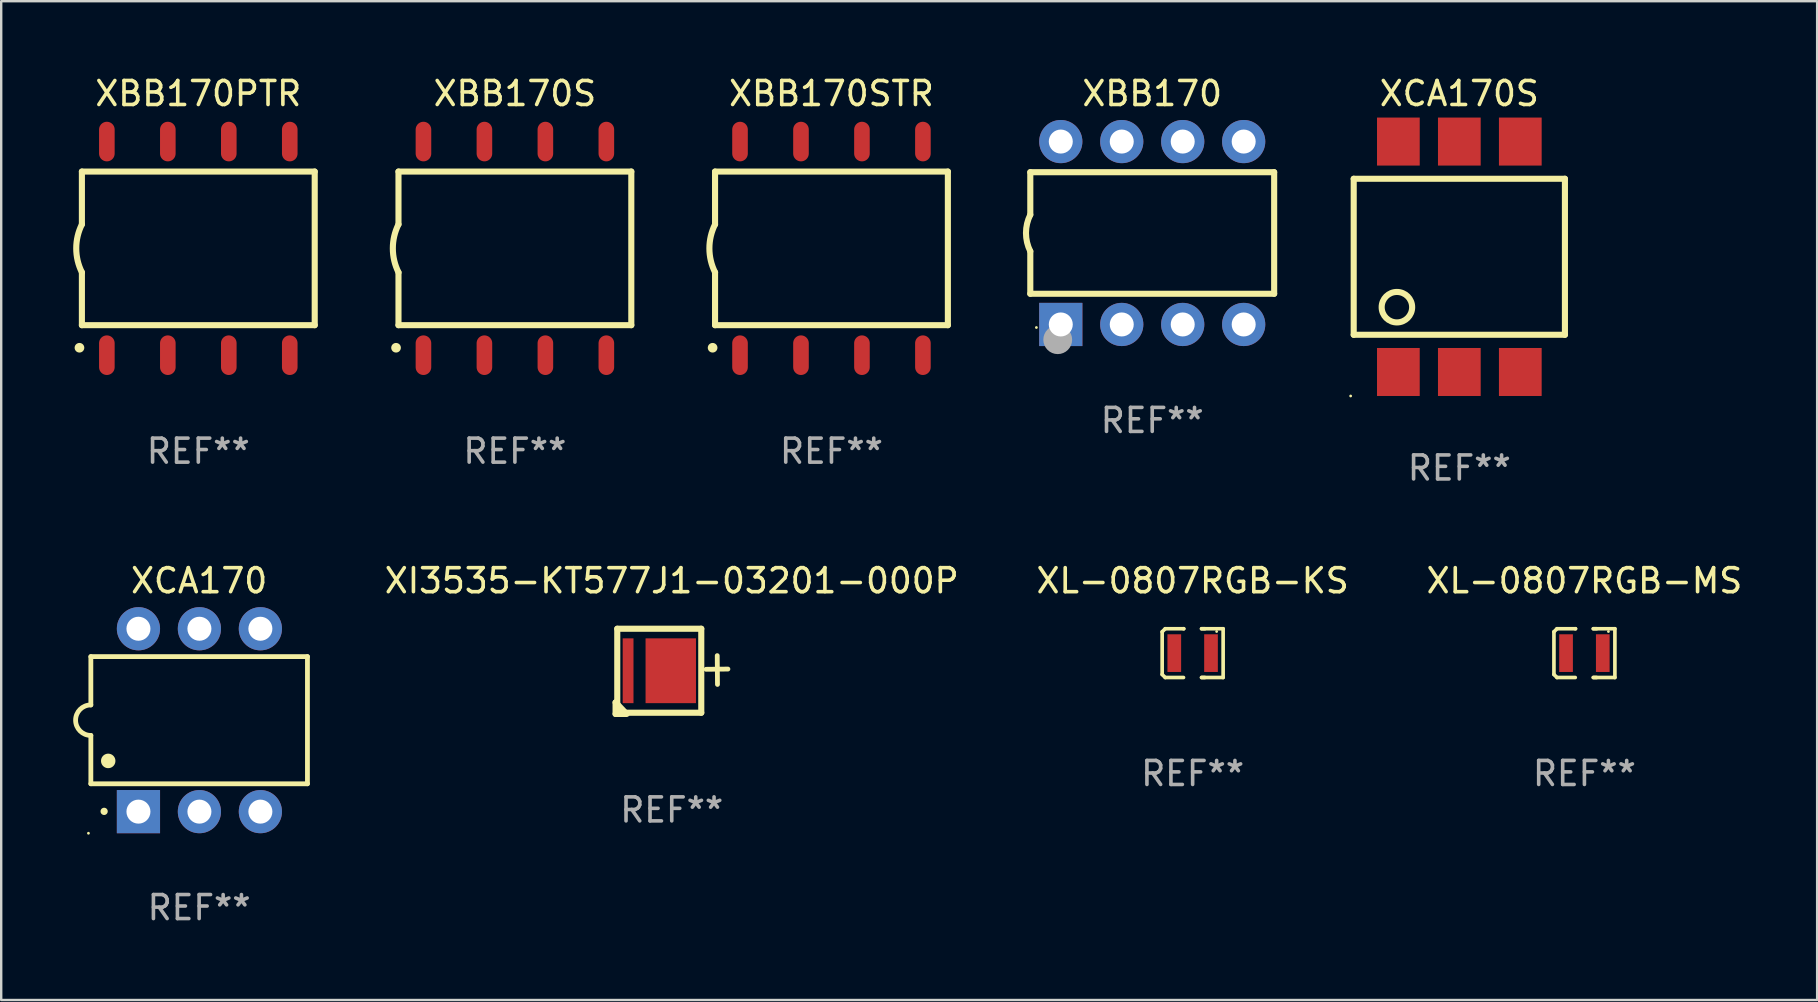
<source format=kicad_pcb>
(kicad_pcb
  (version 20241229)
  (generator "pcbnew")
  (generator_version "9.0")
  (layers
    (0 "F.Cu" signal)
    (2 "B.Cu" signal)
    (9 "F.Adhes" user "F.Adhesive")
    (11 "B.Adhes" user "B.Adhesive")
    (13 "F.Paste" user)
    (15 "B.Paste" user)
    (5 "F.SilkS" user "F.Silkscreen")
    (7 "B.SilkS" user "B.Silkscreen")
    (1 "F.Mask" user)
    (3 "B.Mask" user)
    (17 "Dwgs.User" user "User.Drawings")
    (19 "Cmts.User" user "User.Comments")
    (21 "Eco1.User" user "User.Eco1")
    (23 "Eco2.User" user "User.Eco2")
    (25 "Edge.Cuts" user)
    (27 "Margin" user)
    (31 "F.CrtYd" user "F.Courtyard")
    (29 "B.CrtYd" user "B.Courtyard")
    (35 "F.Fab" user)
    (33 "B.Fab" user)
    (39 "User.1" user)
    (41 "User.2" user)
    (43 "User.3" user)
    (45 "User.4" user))
  (footprint "XCA170"
    (layer "F.Cu")
    (at 5.247 26.955)
    (property "Reference" "XCA170" (at 0 -5.81 0) (layer "F.SilkS") (effects (font (size 1 1) (thickness 0.15))))
    (attr through_hole)
    (fp_line (start -4.512 -2.649) (end 4.512 -2.649) (stroke (width 0.2) (type solid)) (layer "F.SilkS"))
    (fp_line (start -4.512 -0.635) (end -4.512 -2.649) (stroke (width 0.2) (type solid)) (layer "F.SilkS"))
    (fp_line (start -4.512 2.649) (end -4.512 0.635) (stroke (width 0.2) (type solid)) (layer "F.SilkS"))
    (fp_line (start 4.512 -2.649) (end 4.512 2.649) (stroke (width 0.2) (type solid)) (layer "F.SilkS"))
    (fp_line (start 4.512 2.649) (end -4.512 2.649) (stroke (width 0.2) (type solid)) (layer "F.SilkS"))
    (fp_arc (start -4.512319 0.635001) (mid -5.14732 0) (end -4.512319 -0.635001) (stroke (width 0.2) (type solid)) (layer "F.SilkS"))
    (fp_arc (start -3.958598 3.799848) (mid -3.958603 3.798578) (end -3.958598 3.797308) (stroke (width 0.3) (type solid)) (layer "F.SilkS"))
    (fp_arc (start -3.788418 1.699263) (mid -3.788429 1.696723) (end -3.788418 1.694183) (stroke (width 0.6) (type solid)) (layer "F.SilkS"))
    (fp_circle (center -4.612 4.71) (end -4.582 4.71) (stroke (width 0.06) (type solid)) (fill no) (layer "F.SilkS"))
    (fp_text user "REF**" (at 0 7.81 0) (layer "F.Fab") (effects (font (size 1 1) (thickness 0.15))))
    (pad "1" thru_hole rect (at -2.529 3.81 90) (size 1.8 1.8) (drill 1) (layers "*.Cu" "*.Mask"))
    (pad "2" thru_hole circle (at 0.011 3.81) (size 1.8 1.8) (drill 1) (layers "*.Cu" "*.Mask"))
    (pad "3" thru_hole circle (at 2.551 3.81) (size 1.8 1.8) (drill 1) (layers "*.Cu" "*.Mask"))
    (pad "4" thru_hole circle (at 2.551 -3.81) (size 1.8 1.8) (drill 1) (layers "*.Cu" "*.Mask"))
    (pad "5" thru_hole circle (at 0.011 -3.81) (size 1.8 1.8) (drill 1) (layers "*.Cu" "*.Mask"))
    (pad "6" thru_hole circle (at -2.529 -3.81) (size 1.8 1.8) (drill 1) (layers "*.Cu" "*.Mask")))
  (footprint "XBB170"
    (layer "F.Cu")
    (at 44.955 6.658)
    (property "Reference" "XBB170" (at 0 -5.81 0) (layer "F.SilkS") (effects (font (size 1 1) (thickness 0.15))))
    (attr through_hole)
    (fp_line (start -5.08 -2.534) (end 5.08 -2.534) (stroke (width 0.254) (type solid)) (layer "F.SilkS"))
    (fp_line (start -5.08 -0.762) (end -5.08 -2.534) (stroke (width 0.254) (type solid)) (layer "F.SilkS"))
    (fp_line (start -5.08 2.531) (end -5.08 0.762) (stroke (width 0.254) (type solid)) (layer "F.SilkS"))
    (fp_line (start -5.08 2.531) (end 5.08 2.531) (stroke (width 0.254) (type solid)) (layer "F.SilkS"))
    (fp_line (start 5.08 2.531) (end 5.08 -2.534) (stroke (width 0.254) (type solid)) (layer "F.SilkS"))
    (fp_arc (start -5.08001 0.762001) (mid -5.259894 0) (end -5.08001 -0.762002) (stroke (width 0.254001) (type solid)) (layer "F.SilkS"))
    (fp_circle (center -4.826 3.937) (end -4.796 3.937) (stroke (width 0.06) (type solid)) (fill no) (layer "F.SilkS"))
    (fp_circle (center -3.937 4.445) (end -3.637 4.445) (stroke (width 0.6) (type solid)) (fill no) (layer "F.Fab"))
    (fp_text user "REF**" (at 0 7.81 0) (layer "F.Fab") (effects (font (size 1 1) (thickness 0.15))))
    (pad "1" thru_hole rect (at -3.81 3.81) (size 1.8 1.8) (drill 1) (layers "*.Cu" "*.Mask"))
    (pad "2" thru_hole circle (at -1.27 3.81) (size 1.8 1.8) (drill 1) (layers "*.Cu" "*.Mask"))
    (pad "3" thru_hole circle (at 1.27 3.81) (size 1.8 1.8) (drill 1) (layers "*.Cu" "*.Mask"))
    (pad "4" thru_hole circle (at 3.81 3.81) (size 1.8 1.8) (drill 1) (layers "*.Cu" "*.Mask"))
    (pad "5" thru_hole circle (at 3.81 -3.81) (size 1.8 1.8) (drill 1) (layers "*.Cu" "*.Mask"))
    (pad "6" thru_hole circle (at 1.27 -3.81) (size 1.8 1.8) (drill 1) (layers "*.Cu" "*.Mask"))
    (pad "7" thru_hole circle (at -1.27 -3.81) (size 1.8 1.8) (drill 1) (layers "*.Cu" "*.Mask"))
    (pad "8" thru_hole circle (at -3.81 -3.81) (size 1.8 1.8) (drill 1) (layers "*.Cu" "*.Mask")))
  (footprint "XBB170STR"
    (layer "F.Cu")
    (at 31.591 7.298)
    (property "Reference" "XBB170STR" (at 0 -6.45 0) (layer "F.SilkS") (effects (font (size 1 1) (thickness 0.15))))
    (attr through_hole)
    (fp_line (start -4.85 -3.2) (end -4.85 -1) (stroke (width 0.254) (type solid)) (layer "F.SilkS"))
    (fp_line (start -4.85 -3.2) (end 4.85 -3.2) (stroke (width 0.254) (type solid)) (layer "F.SilkS"))
    (fp_line (start -4.85 3.2) (end -4.85 1) (stroke (width 0.254) (type solid)) (layer "F.SilkS"))
    (fp_line (start 4.85 -3.2) (end 4.85 3.2) (stroke (width 0.254) (type solid)) (layer "F.SilkS"))
    (fp_line (start 4.85 3.2) (end -4.85 3.2) (stroke (width 0.254) (type solid)) (layer "F.SilkS"))
    (fp_arc (start -4.95301 4.140208) (mid -4.95174 4.140204) (end -4.95047 4.140208) (stroke (width 0.4) (type solid)) (layer "F.SilkS"))
    (fp_arc (start -4.84887 1.000762) (mid -5.085418 0.000516) (end -4.850013 -1) (stroke (width 0.254001) (type solid)) (layer "F.SilkS"))
    (fp_text user "REF**" (at 0 8.45 0) (layer "F.Fab") (effects (font (size 1 1) (thickness 0.15))))
    (pad "1" smd oval (at -3.81 4.45) (size 0.65 1.65) (layers "F.Cu" "F.Mask" "F.Paste"))
    (pad "2" smd oval (at -1.27 4.45) (size 0.65 1.65) (layers "F.Cu" "F.Mask" "F.Paste"))
    (pad "3" smd oval (at 1.27 4.45) (size 0.65 1.65) (layers "F.Cu" "F.Mask" "F.Paste"))
    (pad "4" smd oval (at 3.81 4.45) (size 0.65 1.65) (layers "F.Cu" "F.Mask" "F.Paste"))
    (pad "5" smd oval (at 3.81 -4.45 180) (size 0.65 1.65) (layers "F.Cu" "F.Mask" "F.Paste"))
    (pad "6" smd oval (at 1.27 -4.45 180) (size 0.65 1.65) (layers "F.Cu" "F.Mask" "F.Paste"))
    (pad "7" smd oval (at -1.27 -4.45 180) (size 0.65 1.65) (layers "F.Cu" "F.Mask" "F.Paste"))
    (pad "8" smd oval (at -3.81 -4.45 180) (size 0.65 1.65) (layers "F.Cu" "F.Mask" "F.Paste")))
  (footprint "XL-0807RGB-KS"
    (layer "F.Cu")
    (at 46.639 24.161)
    (property "Reference" "XL-0807RGB-KS" (at 0 -3.016 0) (layer "F.SilkS") (effects (font (size 1 1) (thickness 0.15))))
    (attr through_hole)
    (fp_line (start -1.27 -0.889) (end -1.27 0.889) (stroke (width 0.152) (type solid)) (layer "F.SilkS"))
    (fp_line (start -1.27 0.889) (end -1.143 1.016) (stroke (width 0.152) (type solid)) (layer "F.SilkS"))
    (fp_line (start -1.143 -1.016) (end -1.27 -0.889) (stroke (width 0.152) (type solid)) (layer "F.SilkS"))
    (fp_line (start -1.143 1.016) (end -0.381 1.016) (stroke (width 0.152) (type solid)) (layer "F.SilkS"))
    (fp_line (start -0.381 -1.016) (end -0.371 -1.016) (stroke (width 0.152) (type solid)) (layer "F.SilkS"))
    (fp_line (start -0.371 -1.016) (end -1.143 -1.016) (stroke (width 0.152) (type solid)) (layer "F.SilkS"))
    (fp_line (start 0.371 -1.016) (end 1.27 -1.016) (stroke (width 0.152) (type solid)) (layer "F.SilkS"))
    (fp_line (start 0.371 1.016) (end 0.508 1.016) (stroke (width 0.152) (type solid)) (layer "F.SilkS"))
    (fp_line (start 0.508 -1.016) (end 0.371 -1.016) (stroke (width 0.152) (type solid)) (layer "F.SilkS"))
    (fp_line (start 1.27 -1.016) (end 1.27 1.016) (stroke (width 0.152) (type solid)) (layer "F.SilkS"))
    (fp_line (start 1.27 1.016) (end 0.371 1.016) (stroke (width 0.152) (type solid)) (layer "F.SilkS"))
    (fp_circle (center 1 -0.9) (end 1.03 -0.9) (stroke (width 0.06) (type solid)) (fill no) (layer "F.SilkS"))
    (fp_text user "REF**" (at 0 5.016 0) (layer "F.Fab") (effects (font (size 1 1) (thickness 0.15))))
    (pad "1" smd rect (at 0.765 0) (size 0.57 1.57) (layers "F.Cu" "F.Mask" "F.Paste"))
    (pad "2" smd rect (at -0.765 0) (size 0.57 1.57) (layers "F.Cu" "F.Mask" "F.Paste")))
  (footprint "XL-0807RGB-MS"
    (layer "F.Cu")
    (at 62.961 24.161)
    (property "Reference" "XL-0807RGB-MS" (at 0 -3.016 0) (layer "F.SilkS") (effects (font (size 1 1) (thickness 0.15))))
    (attr through_hole)
    (fp_line (start -1.27 -0.889) (end -1.27 0.889) (stroke (width 0.152) (type solid)) (layer "F.SilkS"))
    (fp_line (start -1.27 0.889) (end -1.143 1.016) (stroke (width 0.152) (type solid)) (layer "F.SilkS"))
    (fp_line (start -1.143 -1.016) (end -1.27 -0.889) (stroke (width 0.152) (type solid)) (layer "F.SilkS"))
    (fp_line (start -1.143 1.016) (end -0.381 1.016) (stroke (width 0.152) (type solid)) (layer "F.SilkS"))
    (fp_line (start -0.381 -1.016) (end -0.371 -1.016) (stroke (width 0.152) (type solid)) (layer "F.SilkS"))
    (fp_line (start -0.371 -1.016) (end -1.143 -1.016) (stroke (width 0.152) (type solid)) (layer "F.SilkS"))
    (fp_line (start 0.371 -1.016) (end 1.27 -1.016) (stroke (width 0.152) (type solid)) (layer "F.SilkS"))
    (fp_line (start 0.371 1.016) (end 0.508 1.016) (stroke (width 0.152) (type solid)) (layer "F.SilkS"))
    (fp_line (start 0.508 -1.016) (end 0.371 -1.016) (stroke (width 0.152) (type solid)) (layer "F.SilkS"))
    (fp_line (start 1.27 -1.016) (end 1.27 1.016) (stroke (width 0.152) (type solid)) (layer "F.SilkS"))
    (fp_line (start 1.27 1.016) (end 0.371 1.016) (stroke (width 0.152) (type solid)) (layer "F.SilkS"))
    (fp_circle (center 1 -0.9) (end 1.03 -0.9) (stroke (width 0.06) (type solid)) (fill no) (layer "F.SilkS"))
    (fp_text user "REF**" (at 0 5.016 0) (layer "F.Fab") (effects (font (size 1 1) (thickness 0.15))))
    (pad "1" smd rect (at 0.765 0) (size 0.57 1.57) (layers "F.Cu" "F.Mask" "F.Paste"))
    (pad "2" smd rect (at -0.765 0) (size 0.57 1.57) (layers "F.Cu" "F.Mask" "F.Paste")))
  (footprint "XBB170PTR"
    (layer "F.Cu")
    (at 5.212 7.298)
    (property "Reference" "XBB170PTR" (at 0 -6.45 0) (layer "F.SilkS") (effects (font (size 1 1) (thickness 0.15))))
    (attr through_hole)
    (fp_line (start -4.85 -3.2) (end -4.85 -1) (stroke (width 0.254) (type solid)) (layer "F.SilkS"))
    (fp_line (start -4.85 -3.2) (end 4.85 -3.2) (stroke (width 0.254) (type solid)) (layer "F.SilkS"))
    (fp_line (start -4.85 3.2) (end -4.85 1) (stroke (width 0.254) (type solid)) (layer "F.SilkS"))
    (fp_line (start 4.85 -3.2) (end 4.85 3.2) (stroke (width 0.254) (type solid)) (layer "F.SilkS"))
    (fp_line (start 4.85 3.2) (end -4.85 3.2) (stroke (width 0.254) (type solid)) (layer "F.SilkS"))
    (fp_arc (start -4.95301 4.140208) (mid -4.95174 4.140204) (end -4.95047 4.140208) (stroke (width 0.4) (type solid)) (layer "F.SilkS"))
    (fp_arc (start -4.84887 1.000762) (mid -5.085418 0.000516) (end -4.850013 -1) (stroke (width 0.254001) (type solid)) (layer "F.SilkS"))
    (fp_text user "REF**" (at 0 8.45 0) (layer "F.Fab") (effects (font (size 1 1) (thickness 0.15))))
    (pad "1" smd oval (at -3.81 4.45) (size 0.65 1.65) (layers "F.Cu" "F.Mask" "F.Paste"))
    (pad "2" smd oval (at -1.27 4.45) (size 0.65 1.65) (layers "F.Cu" "F.Mask" "F.Paste"))
    (pad "3" smd oval (at 1.27 4.45) (size 0.65 1.65) (layers "F.Cu" "F.Mask" "F.Paste"))
    (pad "4" smd oval (at 3.81 4.45) (size 0.65 1.65) (layers "F.Cu" "F.Mask" "F.Paste"))
    (pad "5" smd oval (at 3.81 -4.45 180) (size 0.65 1.65) (layers "F.Cu" "F.Mask" "F.Paste"))
    (pad "6" smd oval (at 1.27 -4.45 180) (size 0.65 1.65) (layers "F.Cu" "F.Mask" "F.Paste"))
    (pad "7" smd oval (at -1.27 -4.45 180) (size 0.65 1.65) (layers "F.Cu" "F.Mask" "F.Paste"))
    (pad "8" smd oval (at -3.81 -4.45 180) (size 0.65 1.65) (layers "F.Cu" "F.Mask" "F.Paste")))
  (footprint "XBB170S"
    (layer "F.Cu")
    (at 18.402 7.298)
    (property "Reference" "XBB170S" (at 0 -6.45 0) (layer "F.SilkS") (effects (font (size 1 1) (thickness 0.15))))
    (attr through_hole)
    (fp_line (start -4.85 -3.2) (end -4.85 -1) (stroke (width 0.254) (type solid)) (layer "F.SilkS"))
    (fp_line (start -4.85 -3.2) (end 4.85 -3.2) (stroke (width 0.254) (type solid)) (layer "F.SilkS"))
    (fp_line (start -4.85 3.2) (end -4.85 1) (stroke (width 0.254) (type solid)) (layer "F.SilkS"))
    (fp_line (start 4.85 -3.2) (end 4.85 3.2) (stroke (width 0.254) (type solid)) (layer "F.SilkS"))
    (fp_line (start 4.85 3.2) (end -4.85 3.2) (stroke (width 0.254) (type solid)) (layer "F.SilkS"))
    (fp_arc (start -4.95301 4.140208) (mid -4.95174 4.140204) (end -4.95047 4.140208) (stroke (width 0.4) (type solid)) (layer "F.SilkS"))
    (fp_arc (start -4.84887 1.000762) (mid -5.085418 0.000516) (end -4.850013 -1) (stroke (width 0.254001) (type solid)) (layer "F.SilkS"))
    (fp_text user "REF**" (at 0 8.45 0) (layer "F.Fab") (effects (font (size 1 1) (thickness 0.15))))
    (pad "1" smd oval (at -3.81 4.45) (size 0.65 1.65) (layers "F.Cu" "F.Mask" "F.Paste"))
    (pad "2" smd oval (at -1.27 4.45) (size 0.65 1.65) (layers "F.Cu" "F.Mask" "F.Paste"))
    (pad "3" smd oval (at 1.27 4.45) (size 0.65 1.65) (layers "F.Cu" "F.Mask" "F.Paste"))
    (pad "4" smd oval (at 3.81 4.45) (size 0.65 1.65) (layers "F.Cu" "F.Mask" "F.Paste"))
    (pad "5" smd oval (at 3.81 -4.45 180) (size 0.65 1.65) (layers "F.Cu" "F.Mask" "F.Paste"))
    (pad "6" smd oval (at 1.27 -4.45 180) (size 0.65 1.65) (layers "F.Cu" "F.Mask" "F.Paste"))
    (pad "7" smd oval (at -1.27 -4.45 180) (size 0.65 1.65) (layers "F.Cu" "F.Mask" "F.Paste"))
    (pad "8" smd oval (at -3.81 -4.45 180) (size 0.65 1.65) (layers "F.Cu" "F.Mask" "F.Paste")))
  (footprint "XI3535-KT577J1-03201-000P"
    (layer "F.Cu")
    (at 24.937 24.92)
    (property "Reference" "XI3535-KT577J1-03201-000P" (at 0 -3.775 0) (layer "F.SilkS") (effects (font (size 1 1) (thickness 0.15))))
    (attr through_hole)
    (fp_line (start -2.34 1.295) (end -2.34 1.775) (stroke (width 0.254) (type solid)) (layer "F.SilkS"))
    (fp_line (start -2.34 1.775) (end -1.88 1.775) (stroke (width 0.254) (type solid)) (layer "F.SilkS"))
    (fp_line (start -2.271 1.364) (end -2.34 1.295) (stroke (width 0.254) (type solid)) (layer "F.SilkS"))
    (fp_line (start -2.27 -1.775) (end 1.23 -1.775) (stroke (width 0.254) (type solid)) (layer "F.SilkS"))
    (fp_line (start -2.27 1.725) (end -2.27 -1.775) (stroke (width 0.254) (type solid)) (layer "F.SilkS"))
    (fp_line (start -1.921 1.735) (end -2.271 1.364) (stroke (width 0.254) (type solid)) (layer "F.SilkS"))
    (fp_line (start 1.23 -1.775) (end 1.23 1.725) (stroke (width 0.254) (type solid)) (layer "F.SilkS"))
    (fp_line (start 1.23 1.725) (end -2.27 1.725) (stroke (width 0.254) (type solid)) (layer "F.SilkS"))
    (fp_line (start 1.43 -0.085) (end 2.34 -0.095) (stroke (width 0.2) (type solid)) (layer "F.SilkS"))
    (fp_line (start 1.895 -0.655) (end 1.905 0.545) (stroke (width 0.2) (type solid)) (layer "F.SilkS"))
    (fp_circle (center 1.2 -1.755) (end 1.23 -1.755) (stroke (width 0.06) (type solid)) (fill no) (layer "F.SilkS"))
    (fp_text user "REF**" (at 0 5.775 0) (layer "F.Fab") (effects (font (size 1 1) (thickness 0.15))))
    (pad "1" smd rect (at -0.041 -0.025 270) (size 2.7 2.1) (layers "F.Cu" "F.Mask" "F.Paste"))
    (pad "2" smd rect (at -1.819 -0.025 270) (size 2.7 0.45) (layers "F.Cu" "F.Mask" "F.Paste")))
  (footprint "XCA170S"
    (layer "F.Cu")
    (at 57.749 7.648)
    (property "Reference" "XCA170S" (at 0 -6.8 0) (layer "F.SilkS") (effects (font (size 1 1) (thickness 0.15))))
    (attr through_hole)
    (fp_line (start -4.4 -3.25) (end -4.4 3.25) (stroke (width 0.254) (type solid)) (layer "F.SilkS"))
    (fp_line (start -4.4 -3.25) (end 4.4 -3.25) (stroke (width 0.254) (type solid)) (layer "F.SilkS"))
    (fp_line (start 4.4 3.25) (end -4.4 3.25) (stroke (width 0.254) (type solid)) (layer "F.SilkS"))
    (fp_line (start 4.4 3.25) (end 4.4 -3.25) (stroke (width 0.254) (type solid)) (layer "F.SilkS"))
    (fp_circle (center -4.527 5.8) (end -4.497 5.8) (stroke (width 0.06) (type solid)) (fill no) (layer "F.SilkS"))
    (fp_circle (center -2.6 2.1) (end -1.965 2.1) (stroke (width 0.254) (type solid)) (fill no) (layer "F.SilkS"))
    (fp_text user "REF**" (at 0 8.8 0) (layer "F.Fab") (effects (font (size 1 1) (thickness 0.15))))
    (pad "1" smd rect (at -2.539 4.8) (size 1.78 2) (layers "F.Cu" "F.Mask" "F.Paste"))
    (pad "2" smd rect (at 0.001 4.8) (size 1.78 2) (layers "F.Cu" "F.Mask" "F.Paste"))
    (pad "3" smd rect (at 2.541 4.8) (size 1.78 2) (layers "F.Cu" "F.Mask" "F.Paste"))
    (pad "4" smd rect (at 2.541 -4.8) (size 1.78 2) (layers "F.Cu" "F.Mask" "F.Paste"))
    (pad "5" smd rect (at 0.001 -4.8) (size 1.78 2) (layers "F.Cu" "F.Mask" "F.Paste"))
    (pad "6" smd rect (at -2.539 -4.8) (size 1.78 2) (layers "F.Cu" "F.Mask" "F.Paste")))
  (gr_rect
    (start -3 -3)
    (end 72.657 38.613)
    (stroke (width 0.1) (type default))
    (fill no)
    (layer "Edge.Cuts")))
</source>
